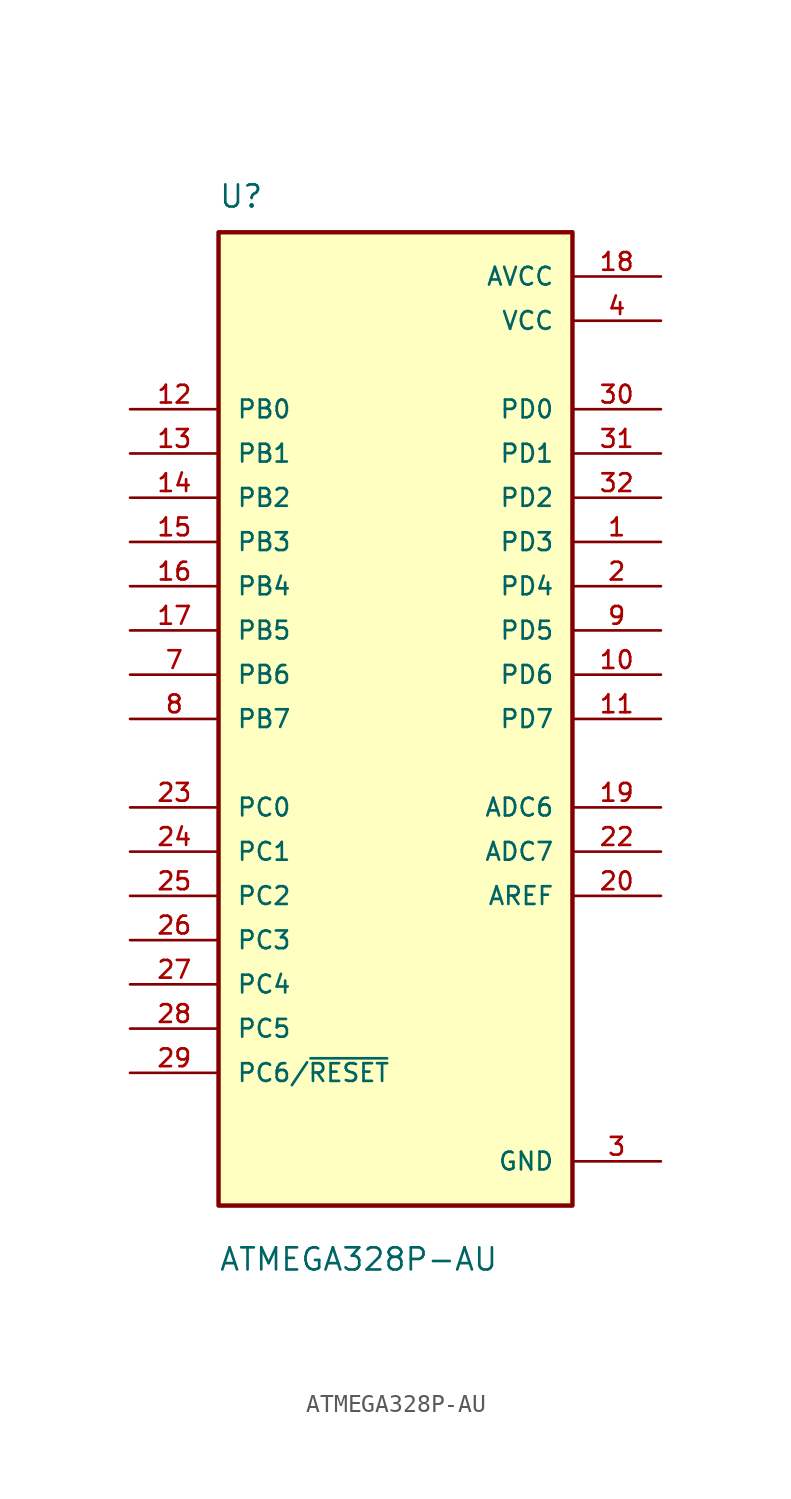
<source format=kicad_sym>
(kicad_symbol_lib
  (version 20211014)
  (generator kicad_symbol_editor)
  (symbol "ATMEGA328P-AU"
    (pin_names
      (offset 1.016))
    (property "Reference" "U"
      (at -10.175 29.255 0)
      (effects (font (size 1.27 1.27)) (justify bottom left)))
    (property "Value" "ATMEGA328P-AU"
      (at -10.167 -31.771 0)
      (effects (font (size 1.27 1.27)) (justify bottom left)))
    (symbol "ATMEGA328P-AU_0_0"
      (rectangle (start -10.16 -27.94) (end 10.16 27.94) (stroke (width 0.254)) (fill (type background)))
      (pin power_in line (at 15.24 22.86 180.0) (length 5.08) (name "VCC" (effects (font (size 1.016 1.016)))) (number "4" (effects (font (size 1.016 1.016)))))
      (pin power_in line (at 15.24 22.86 180.0) (length 5.08) hide (name "VCC" (effects (font (size 1.016 1.016)))) (number "6" (effects (font (size 1.016 1.016)))))
      (pin power_in line (at 15.24 -25.4 180.0) (length 5.08) (name "GND" (effects (font (size 1.016 1.016)))) (number "3" (effects (font (size 1.016 1.016)))))
      (pin power_in line (at 15.24 -25.4 180.0) (length 5.08) hide (name "GND" (effects (font (size 1.016 1.016)))) (number "5" (effects (font (size 1.016 1.016)))))
      (pin power_in line (at 15.24 -25.4 180.0) (length 5.08) hide (name "GND" (effects (font (size 1.016 1.016)))) (number "21" (effects (font (size 1.016 1.016)))))
      (pin bidirectional line (at -15.24 17.78 0) (length 5.08) (name "PB0" (effects (font (size 1.016 1.016)))) (number "12" (effects (font (size 1.016 1.016)))))
      (pin bidirectional line (at -15.24 15.24 0) (length 5.08) (name "PB1" (effects (font (size 1.016 1.016)))) (number "13" (effects (font (size 1.016 1.016)))))
      (pin bidirectional line (at -15.24 12.7 0) (length 5.08) (name "PB2" (effects (font (size 1.016 1.016)))) (number "14" (effects (font (size 1.016 1.016)))))
      (pin bidirectional line (at -15.24 10.16 0) (length 5.08) (name "PB3" (effects (font (size 1.016 1.016)))) (number "15" (effects (font (size 1.016 1.016)))))
      (pin bidirectional line (at -15.24 7.62 0) (length 5.08) (name "PB4" (effects (font (size 1.016 1.016)))) (number "16" (effects (font (size 1.016 1.016)))))
      (pin bidirectional line (at -15.24 5.08 0) (length 5.08) (name "PB5" (effects (font (size 1.016 1.016)))) (number "17" (effects (font (size 1.016 1.016)))))
      (pin bidirectional line (at -15.24 2.54 0) (length 5.08) (name "PB6" (effects (font (size 1.016 1.016)))) (number "7" (effects (font (size 1.016 1.016)))))
      (pin bidirectional line (at -15.24 0.0 0) (length 5.08) (name "PB7" (effects (font (size 1.016 1.016)))) (number "8" (effects (font (size 1.016 1.016)))))
      (pin bidirectional line (at -15.24 -5.08 0) (length 5.08) (name "PC0" (effects (font (size 1.016 1.016)))) (number "23" (effects (font (size 1.016 1.016)))))
      (pin bidirectional line (at -15.24 -7.62 0) (length 5.08) (name "PC1" (effects (font (size 1.016 1.016)))) (number "24" (effects (font (size 1.016 1.016)))))
      (pin bidirectional line (at -15.24 -10.16 0) (length 5.08) (name "PC2" (effects (font (size 1.016 1.016)))) (number "25" (effects (font (size 1.016 1.016)))))
      (pin bidirectional line (at -15.24 -12.7 0) (length 5.08) (name "PC3" (effects (font (size 1.016 1.016)))) (number "26" (effects (font (size 1.016 1.016)))))
      (pin bidirectional line (at -15.24 -15.24 0) (length 5.08) (name "PC4" (effects (font (size 1.016 1.016)))) (number "27" (effects (font (size 1.016 1.016)))))
      (pin bidirectional line (at -15.24 -17.78 0) (length 5.08) (name "PC5" (effects (font (size 1.016 1.016)))) (number "28" (effects (font (size 1.016 1.016)))))
      (pin bidirectional line (at -15.24 -20.32 0) (length 5.08) (name "PC6/~{RESET}" (effects (font (size 1.016 1.016)))) (number "29" (effects (font (size 1.016 1.016)))))
      (pin bidirectional line (at 15.24 17.78 180.0) (length 5.08) (name "PD0" (effects (font (size 1.016 1.016)))) (number "30" (effects (font (size 1.016 1.016)))))
      (pin bidirectional line (at 15.24 15.24 180.0) (length 5.08) (name "PD1" (effects (font (size 1.016 1.016)))) (number "31" (effects (font (size 1.016 1.016)))))
      (pin bidirectional line (at 15.24 12.7 180.0) (length 5.08) (name "PD2" (effects (font (size 1.016 1.016)))) (number "32" (effects (font (size 1.016 1.016)))))
      (pin bidirectional line (at 15.24 10.16 180.0) (length 5.08) (name "PD3" (effects (font (size 1.016 1.016)))) (number "1" (effects (font (size 1.016 1.016)))))
      (pin bidirectional line (at 15.24 7.62 180.0) (length 5.08) (name "PD4" (effects (font (size 1.016 1.016)))) (number "2" (effects (font (size 1.016 1.016)))))
      (pin bidirectional line (at 15.24 5.08 180.0) (length 5.08) (name "PD5" (effects (font (size 1.016 1.016)))) (number "9" (effects (font (size 1.016 1.016)))))
      (pin bidirectional line (at 15.24 2.54 180.0) (length 5.08) (name "PD6" (effects (font (size 1.016 1.016)))) (number "10" (effects (font (size 1.016 1.016)))))
      (pin bidirectional line (at 15.24 0.0 180.0) (length 5.08) (name "PD7" (effects (font (size 1.016 1.016)))) (number "11" (effects (font (size 1.016 1.016)))))
      (pin input line (at 15.24 -10.16 180.0) (length 5.08) (name "AREF" (effects (font (size 1.016 1.016)))) (number "20" (effects (font (size 1.016 1.016)))))
      (pin power_in line (at 15.24 25.4 180.0) (length 5.08) (name "AVCC" (effects (font (size 1.016 1.016)))) (number "18" (effects (font (size 1.016 1.016)))))
      (pin bidirectional line (at 15.24 -5.08 180.0) (length 5.08) (name "ADC6" (effects (font (size 1.016 1.016)))) (number "19" (effects (font (size 1.016 1.016)))))
      (pin bidirectional line (at 15.24 -7.62 180.0) (length 5.08) (name "ADC7" (effects (font (size 1.016 1.016)))) (number "22" (effects (font (size 1.016 1.016))))))))
</source>
